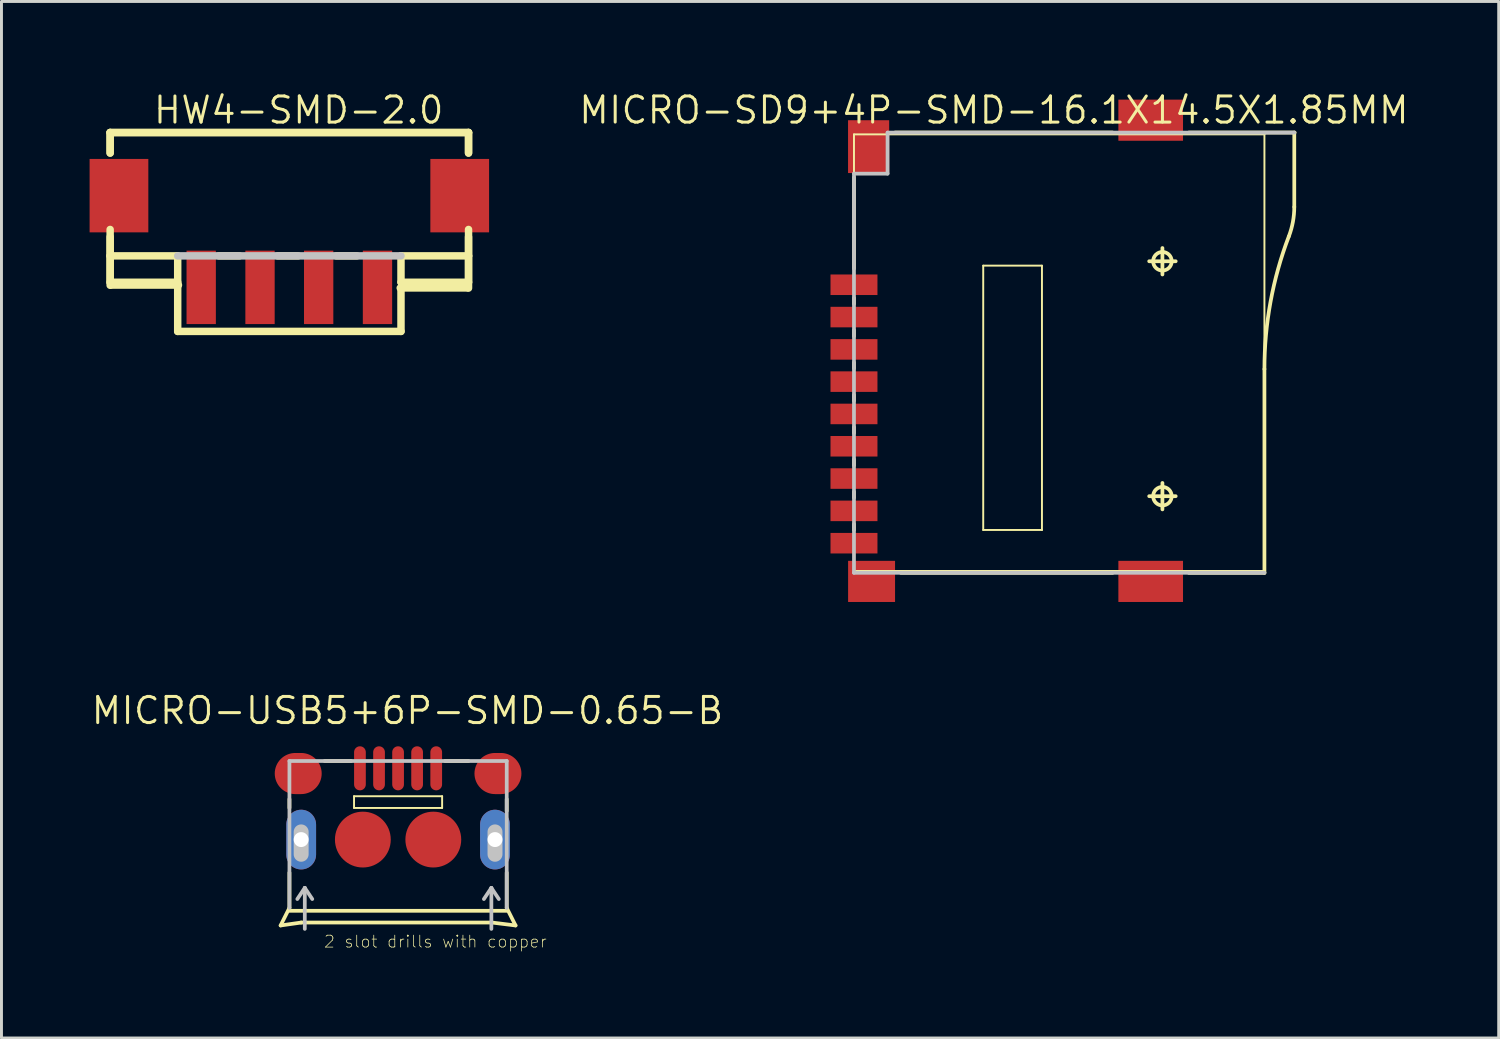
<source format=kicad_pcb>
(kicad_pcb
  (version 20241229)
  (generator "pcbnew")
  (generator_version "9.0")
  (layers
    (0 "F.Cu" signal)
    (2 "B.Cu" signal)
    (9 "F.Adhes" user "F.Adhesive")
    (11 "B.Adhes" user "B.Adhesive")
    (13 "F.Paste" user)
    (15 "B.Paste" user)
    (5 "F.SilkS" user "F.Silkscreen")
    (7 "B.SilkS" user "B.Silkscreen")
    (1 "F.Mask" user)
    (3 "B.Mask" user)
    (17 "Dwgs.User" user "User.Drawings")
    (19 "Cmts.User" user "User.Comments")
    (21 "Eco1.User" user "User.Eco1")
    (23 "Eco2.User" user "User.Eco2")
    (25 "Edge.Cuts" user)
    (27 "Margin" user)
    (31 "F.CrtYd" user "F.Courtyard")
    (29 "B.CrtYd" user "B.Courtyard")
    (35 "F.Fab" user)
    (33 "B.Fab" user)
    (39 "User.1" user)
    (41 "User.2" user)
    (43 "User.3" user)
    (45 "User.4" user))
  (footprint "HW4-SMD-2.0"
    (layer "F.Cu")
    (at 6.798 6.731)
    (property "Reference" "HW4-SMD-2.0" (at 0.318 -6.032 0) (layer "F.SilkS") (effects (font (size 0.889 0.889) (thickness 0.102))))
    (attr smd)
    (fp_line (start -6.099 -5.271) (end -6.099 -4.572) (stroke (width 0.254) (type solid)) (layer "F.SilkS"))
    (fp_line (start -6.099 -5.271) (end -6.099 -4.572) (stroke (width 0.254) (type solid)) (layer "F.SilkS"))
    (fp_line (start -6.099 -5.271) (end 6.099 -5.271) (stroke (width 0.254) (type solid)) (layer "F.SilkS"))
    (fp_line (start -6.099 -5.271) (end 6.099 -5.271) (stroke (width 0.254) (type solid)) (layer "F.SilkS"))
    (fp_line (start -6.099 -1.971) (end -6.099 -0.071) (stroke (width 0.254) (type solid)) (layer "F.SilkS"))
    (fp_line (start -6.099 -1.072) (end -6.099 -1.717) (stroke (width 0.254) (type solid)) (layer "F.SilkS"))
    (fp_line (start -6.099 -1.072) (end -6.099 -0.173) (stroke (width 0.254) (type solid)) (layer "F.SilkS"))
    (fp_line (start -6.099 -1.072) (end -3.8 -1.072) (stroke (width 0.254) (type solid)) (layer "F.SilkS"))
    (fp_line (start -6.099 -0.173) (end -3.8 -0.173) (stroke (width 0.254) (type solid)) (layer "F.SilkS"))
    (fp_line (start -6.053 -0.079) (end -3.774 -0.079) (stroke (width 0.254) (type solid)) (layer "F.SilkS"))
    (fp_line (start -3.8 -0.173) (end -3.8 -1.072) (stroke (width 0.254) (type solid)) (layer "F.SilkS"))
    (fp_line (start -3.8 1.499) (end -3.8 -0.071) (stroke (width 0.254) (type solid)) (layer "F.SilkS"))
    (fp_line (start -2.398 -1.072) (end -1.699 -1.072) (stroke (width 0.254) (type solid)) (layer "F.SilkS"))
    (fp_line (start -0.399 -1.072) (end 0.3 -1.072) (stroke (width 0.254) (type solid)) (layer "F.SilkS"))
    (fp_line (start 1.598 -1.072) (end 2.299 -1.072) (stroke (width 0.254) (type solid)) (layer "F.SilkS"))
    (fp_line (start 3.774 0.02) (end 6.053 0.02) (stroke (width 0.254) (type solid)) (layer "F.SilkS"))
    (fp_line (start 3.8 -1.072) (end 3.8 -0.173) (stroke (width 0.254) (type solid)) (layer "F.SilkS"))
    (fp_line (start 3.8 -1.072) (end 6.099 -1.072) (stroke (width 0.254) (type solid)) (layer "F.SilkS"))
    (fp_line (start 3.8 -0.173) (end 6.099 -0.173) (stroke (width 0.254) (type solid)) (layer "F.SilkS"))
    (fp_line (start 3.8 0.025) (end 3.8 1.499) (stroke (width 0.254) (type solid)) (layer "F.SilkS"))
    (fp_line (start 3.8 1.499) (end -3.8 1.499) (stroke (width 0.254) (type solid)) (layer "F.SilkS"))
    (fp_line (start 6.099 -5.271) (end 6.099 -4.572) (stroke (width 0.254) (type solid)) (layer "F.SilkS"))
    (fp_line (start 6.099 -5.271) (end 6.099 -4.572) (stroke (width 0.254) (type solid)) (layer "F.SilkS"))
    (fp_line (start 6.099 -1.971) (end 6.099 0.025) (stroke (width 0.254) (type solid)) (layer "F.SilkS"))
    (fp_line (start 6.099 -1.072) (end 6.099 -1.717) (stroke (width 0.254) (type solid)) (layer "F.SilkS"))
    (fp_line (start 6.099 -0.173) (end 6.099 -1.072) (stroke (width 0.254) (type solid)) (layer "F.SilkS"))
    (fp_line (start -3.8 -1.072) (end 3.8 -1.072) (stroke (width 0.254) (type solid)) (layer "Dwgs.User"))
    (pad "1" smd rect (at -3 0 90) (size 2.499 0.998) (layers "F.Cu" "F.Mask" "F.Paste"))
    (pad "2" smd rect (at -0.998 0 90) (size 2.499 0.998) (layers "F.Cu" "F.Mask" "F.Paste"))
    (pad "3" smd rect (at 0.998 0 90) (size 2.499 0.998) (layers "F.Cu" "F.Mask" "F.Paste"))
    (pad "4" smd rect (at 3 0 90) (size 2.499 0.998) (layers "F.Cu" "F.Mask" "F.Paste"))
    (pad "SS1" smd rect (at -5.799 -3.122 90) (size 2.499 1.999) (layers "F.Cu" "F.Mask" "F.Paste"))
    (pad "SS2" smd rect (at 5.799 -3.122 90) (size 2.499 1.999) (layers "F.Cu" "F.Mask" "F.Paste")))
  (footprint "MICRO-SD9+4P-SMD-16.1X14.5X1.85MM"
    (layer "F.Cu")
    (at 26.016 8.89)
    (property "Reference" "MICRO-SD9+4P-SMD-16.1X14.5X1.85MM" (at 4.763 -8.191 0) (layer "F.SilkS") (effects (font (size 0.889 0.889) (thickness 0.102))))
    (attr smd)
    (fp_line (start 0 -7.366) (end 13.97 -7.366) (stroke (width 0.066) (type solid)) (layer "F.SilkS"))
    (fp_line (start 0 -5.898) (end 0 -2.799) (stroke (width 0.127) (type solid)) (layer "F.SilkS"))
    (fp_line (start 0 -1.798) (end 0 -1.598) (stroke (width 0.127) (type solid)) (layer "F.SilkS"))
    (fp_line (start 0 -0.699) (end 0 -0.498) (stroke (width 0.127) (type solid)) (layer "F.SilkS"))
    (fp_line (start 0 0.399) (end 0 0.599) (stroke (width 0.127) (type solid)) (layer "F.SilkS"))
    (fp_line (start 0 1.499) (end 0 1.699) (stroke (width 0.127) (type solid)) (layer "F.SilkS"))
    (fp_line (start 0 2.598) (end 0 2.799) (stroke (width 0.127) (type solid)) (layer "F.SilkS"))
    (fp_line (start 0 3.698) (end 0 3.899) (stroke (width 0.127) (type solid)) (layer "F.SilkS"))
    (fp_line (start 0 4.798) (end 0 4.999) (stroke (width 0.127) (type solid)) (layer "F.SilkS"))
    (fp_line (start 0 5.898) (end 0 6.099) (stroke (width 0.127) (type solid)) (layer "F.SilkS"))
    (fp_line (start 0 7.493) (end 0 -7.366) (stroke (width 0.066) (type solid)) (layer "F.SilkS"))
    (fp_line (start 0 7.493) (end 13.97 7.493) (stroke (width 0.066) (type solid)) (layer "F.SilkS"))
    (fp_line (start 1.598 7.559) (end 8.799 7.559) (stroke (width 0.127) (type solid)) (layer "F.SilkS"))
    (fp_line (start 4.399 -2.898) (end 6.398 -2.898) (stroke (width 0.066) (type solid)) (layer "F.SilkS"))
    (fp_line (start 4.399 6.099) (end 4.399 -2.898) (stroke (width 0.066) (type solid)) (layer "F.SilkS"))
    (fp_line (start 4.399 6.099) (end 6.398 6.099) (stroke (width 0.066) (type solid)) (layer "F.SilkS"))
    (fp_line (start 6.398 6.099) (end 6.398 -2.898) (stroke (width 0.066) (type solid)) (layer "F.SilkS"))
    (fp_line (start 8.799 -7.429) (end 1.4 -7.429) (stroke (width 0.127) (type solid)) (layer "F.SilkS"))
    (fp_line (start 10.048 -3.048) (end 10.95 -3.048) (stroke (width 0.127) (type solid)) (layer "F.SilkS"))
    (fp_line (start 10.048 4.948) (end 10.95 4.948) (stroke (width 0.127) (type solid)) (layer "F.SilkS"))
    (fp_line (start 10.498 -2.598) (end 10.498 -3.498) (stroke (width 0.127) (type solid)) (layer "F.SilkS"))
    (fp_line (start 10.498 5.397) (end 10.498 4.498) (stroke (width 0.127) (type solid)) (layer "F.SilkS"))
    (fp_line (start 11.4 7.559) (end 13.97 7.559) (stroke (width 0.127) (type solid)) (layer "F.SilkS"))
    (fp_line (start 13.97 0.622) (end 13.97 7.556) (stroke (width 0.127) (type solid)) (layer "F.SilkS"))
    (fp_line (start 13.97 7.493) (end 13.97 -7.366) (stroke (width 0.066) (type solid)) (layer "F.SilkS"))
    (fp_line (start 14.986 -7.427) (end 14.986 -4.897) (stroke (width 0.127) (type solid)) (layer "F.SilkS"))
    (fp_line (start 14.999 -7.429) (end 11.4 -7.429) (stroke (width 0.127) (type solid)) (layer "F.SilkS"))
    (fp_arc (start 13.97 0.6223) (mid 14.178642 -1.670293) (end 14.797714 -3.887558) (stroke (width 0.127) (type solid)) (layer "F.SilkS"))
    (fp_arc (start 14.986 -4.89712) (mid 14.939848 -4.389998) (end 14.80291 -3.899539) (stroke (width 0.127) (type solid)) (layer "F.SilkS"))
    (fp_circle (center 10.498 -3.048) (end 10.721 -3.272) (stroke (width 0.127) (type solid)) (fill no) (layer "F.SilkS"))
    (fp_circle (center 10.498 4.948) (end 10.721 5.171) (stroke (width 0.127) (type solid)) (fill no) (layer "F.SilkS"))
    (fp_line (start 0 -6.03) (end 1.143 -6.03) (stroke (width 0.127) (type solid)) (layer "Dwgs.User"))
    (fp_line (start 0 7.556) (end 0 -6.03) (stroke (width 0.127) (type solid)) (layer "Dwgs.User"))
    (fp_line (start 1.143 -7.427) (end 14.986 -7.427) (stroke (width 0.127) (type solid)) (layer "Dwgs.User"))
    (fp_line (start 1.143 -6.03) (end 1.143 -7.427) (stroke (width 0.127) (type solid)) (layer "Dwgs.User"))
    (fp_line (start 13.97 7.556) (end 0 7.556) (stroke (width 0.127) (type solid)) (layer "Dwgs.User"))
    (pad "1" smd rect (at 0 -2.248) (size 1.598 0.699) (layers "F.Cu" "F.Mask" "F.Paste"))
    (pad "2" smd rect (at 0 -1.148) (size 1.598 0.699) (layers "F.Cu" "F.Mask" "F.Paste"))
    (pad "3" smd rect (at 0 -0.048) (size 1.598 0.699) (layers "F.Cu" "F.Mask" "F.Paste"))
    (pad "4" smd rect (at 0 1.049) (size 1.598 0.699) (layers "F.Cu" "F.Mask" "F.Paste"))
    (pad "5" smd rect (at 0 2.149) (size 1.598 0.699) (layers "F.Cu" "F.Mask" "F.Paste"))
    (pad "6" smd rect (at 0 3.249) (size 1.598 0.699) (layers "F.Cu" "F.Mask" "F.Paste"))
    (pad "7" smd rect (at 0 4.348) (size 1.598 0.699) (layers "F.Cu" "F.Mask" "F.Paste"))
    (pad "8" smd rect (at 0 5.448) (size 1.598 0.699) (layers "F.Cu" "F.Mask" "F.Paste"))
    (pad "9" smd rect (at 0 6.548) (size 1.598 0.699) (layers "F.Cu" "F.Mask" "F.Paste"))
    (pad "G1" smd rect (at 0.599 7.849) (size 1.598 1.4) (layers "F.Cu" "F.Mask" "F.Paste"))
    (pad "G2" smd rect (at 10.099 7.849) (size 2.2 1.4) (layers "F.Cu" "F.Mask" "F.Paste"))
    (pad "G3" smd rect (at 10.099 -7.849) (size 2.2 1.4) (layers "F.Cu" "F.Mask" "F.Paste"))
    (pad "G4" smd rect (at 0.498 -6.949) (size 1.4 1.798) (layers "F.Cu" "F.Mask" "F.Paste")))
  (footprint "MICRO-USB5+6P-SMD-0.65-B"
    (layer "F.Cu")
    (at 10.499 22.851)
    (property "Reference" "MICRO-USB5+6P-SMD-0.65-B" (at 0.318 -1.714 0) (layer "F.SilkS") (effects (font (size 0.889 0.889) (thickness 0.102))))
    (attr smd)
    (fp_line (start -3.698 1.598) (end -3.698 1.298) (stroke (width 0.127) (type solid)) (layer "F.SilkS"))
    (fp_line (start -3.698 4.999) (end -3.998 5.598) (stroke (width 0.127) (type solid)) (layer "F.SilkS"))
    (fp_line (start -3.698 4.999) (end -3.698 3.8) (stroke (width 0.127) (type solid)) (layer "F.SilkS"))
    (fp_line (start -3.698 5.098) (end 3.698 5.098) (stroke (width 0.127) (type solid)) (layer "F.SilkS"))
    (fp_line (start -3.299 5.499) (end -3.998 5.598) (stroke (width 0.127) (type solid)) (layer "F.SilkS"))
    (fp_line (start -3.299 5.499) (end 3.198 5.499) (stroke (width 0.127) (type solid)) (layer "F.SilkS"))
    (fp_line (start -1.598 0) (end -2.499 0) (stroke (width 0.127) (type solid)) (layer "F.SilkS"))
    (fp_line (start -1.499 1.199) (end 1.499 1.199) (stroke (width 0.066) (type solid)) (layer "F.SilkS"))
    (fp_line (start -1.499 1.598) (end -1.499 1.199) (stroke (width 0.066) (type solid)) (layer "F.SilkS"))
    (fp_line (start -1.499 1.598) (end 1.499 1.598) (stroke (width 0.066) (type solid)) (layer "F.SilkS"))
    (fp_line (start 1.499 1.598) (end 1.499 1.199) (stroke (width 0.066) (type solid)) (layer "F.SilkS"))
    (fp_line (start 1.598 0) (end 2.398 0) (stroke (width 0.127) (type solid)) (layer "F.SilkS"))
    (fp_line (start 3.198 5.499) (end 3.998 5.598) (stroke (width 0.127) (type solid)) (layer "F.SilkS"))
    (fp_line (start 3.698 1.298) (end 3.698 1.699) (stroke (width 0.127) (type solid)) (layer "F.SilkS"))
    (fp_line (start 3.698 3.8) (end 3.698 4.999) (stroke (width 0.127) (type solid)) (layer "F.SilkS"))
    (fp_line (start 3.698 4.999) (end 3.998 5.598) (stroke (width 0.127) (type solid)) (layer "F.SilkS"))
    (fp_line (start -3.698 0) (end 3.698 0) (stroke (width 0.127) (type solid)) (layer "Dwgs.User"))
    (fp_line (start -3.698 4.999) (end -3.698 0) (stroke (width 0.127) (type solid)) (layer "Dwgs.User"))
    (fp_line (start -3.299 2.413) (end -3.299 3.175) (stroke (width 0.508) (type solid)) (layer "Dwgs.User"))
    (fp_line (start -3.175 4.318) (end -3.429 4.699) (stroke (width 0.127) (type solid)) (layer "Dwgs.User"))
    (fp_line (start -3.175 4.318) (end -2.921 4.699) (stroke (width 0.127) (type solid)) (layer "Dwgs.User"))
    (fp_line (start -3.175 5.715) (end -3.175 4.318) (stroke (width 0.127) (type solid)) (layer "Dwgs.User"))
    (fp_line (start 3.175 4.318) (end 2.921 4.699) (stroke (width 0.127) (type solid)) (layer "Dwgs.User"))
    (fp_line (start 3.175 4.318) (end 3.429 4.699) (stroke (width 0.127) (type solid)) (layer "Dwgs.User"))
    (fp_line (start 3.175 5.715) (end 3.175 4.318) (stroke (width 0.127) (type solid)) (layer "Dwgs.User"))
    (fp_line (start 3.299 2.413) (end 3.299 3.175) (stroke (width 0.508) (type solid)) (layer "Dwgs.User"))
    (fp_line (start 3.698 0) (end 3.698 4.999) (stroke (width 0.127) (type solid)) (layer "Dwgs.User"))
    (fp_text user "2 slot drills with copper" (at 1.27 6.147 0) (layer "F.SilkS") (effects (font (size 0.406 0.406) (thickness 0.025))))
    (pad "1" smd oval (at -1.298 0.249 180) (size 0.399 1.499) (layers "F.Cu" "F.Mask" "F.Paste"))
    (pad "2" smd oval (at -0.648 0.249 180) (size 0.399 1.499) (layers "F.Cu" "F.Mask" "F.Paste"))
    (pad "3" smd oval (at 0 0.249 180) (size 0.399 1.499) (layers "F.Cu" "F.Mask" "F.Paste"))
    (pad "4" smd oval (at 0.648 0.249 180) (size 0.399 1.499) (layers "F.Cu" "F.Mask" "F.Paste"))
    (pad "5" smd oval (at 1.298 0.249 180) (size 0.399 1.499) (layers "F.Cu" "F.Mask" "F.Paste"))
    (pad "S1" smd oval (at -3.399 0.427 90) (size 1.4 1.598) (layers "F.Cu" "F.Mask" "F.Paste"))
    (pad "S2" thru_hole oval (at -3.299 2.675 180) (size 1.016 2.032) (drill 0.508) (layers "*.Cu" "*.Paste" "*.Mask"))
    (pad "S3" smd circle (at -1.199 2.675) (size 1.9 1.9) (layers "F.Cu" "F.Mask" "F.Paste"))
    (pad "S4" smd circle (at 1.199 2.675) (size 1.9 1.9) (layers "F.Cu" "F.Mask" "F.Paste"))
    (pad "S5" thru_hole oval (at 3.299 2.675 180) (size 1.016 2.032) (drill 0.508) (layers "*.Cu" "*.Paste" "*.Mask"))
    (pad "S6" smd oval (at 3.399 0.427 90) (size 1.4 1.598) (layers "F.Cu" "F.Mask" "F.Paste")))
  (gr_rect
    (start -3 -3)
    (end 47.96 32.28)
    (stroke (width 0.1) (type default))
    (fill no)
    (layer "Edge.Cuts")))
</source>
